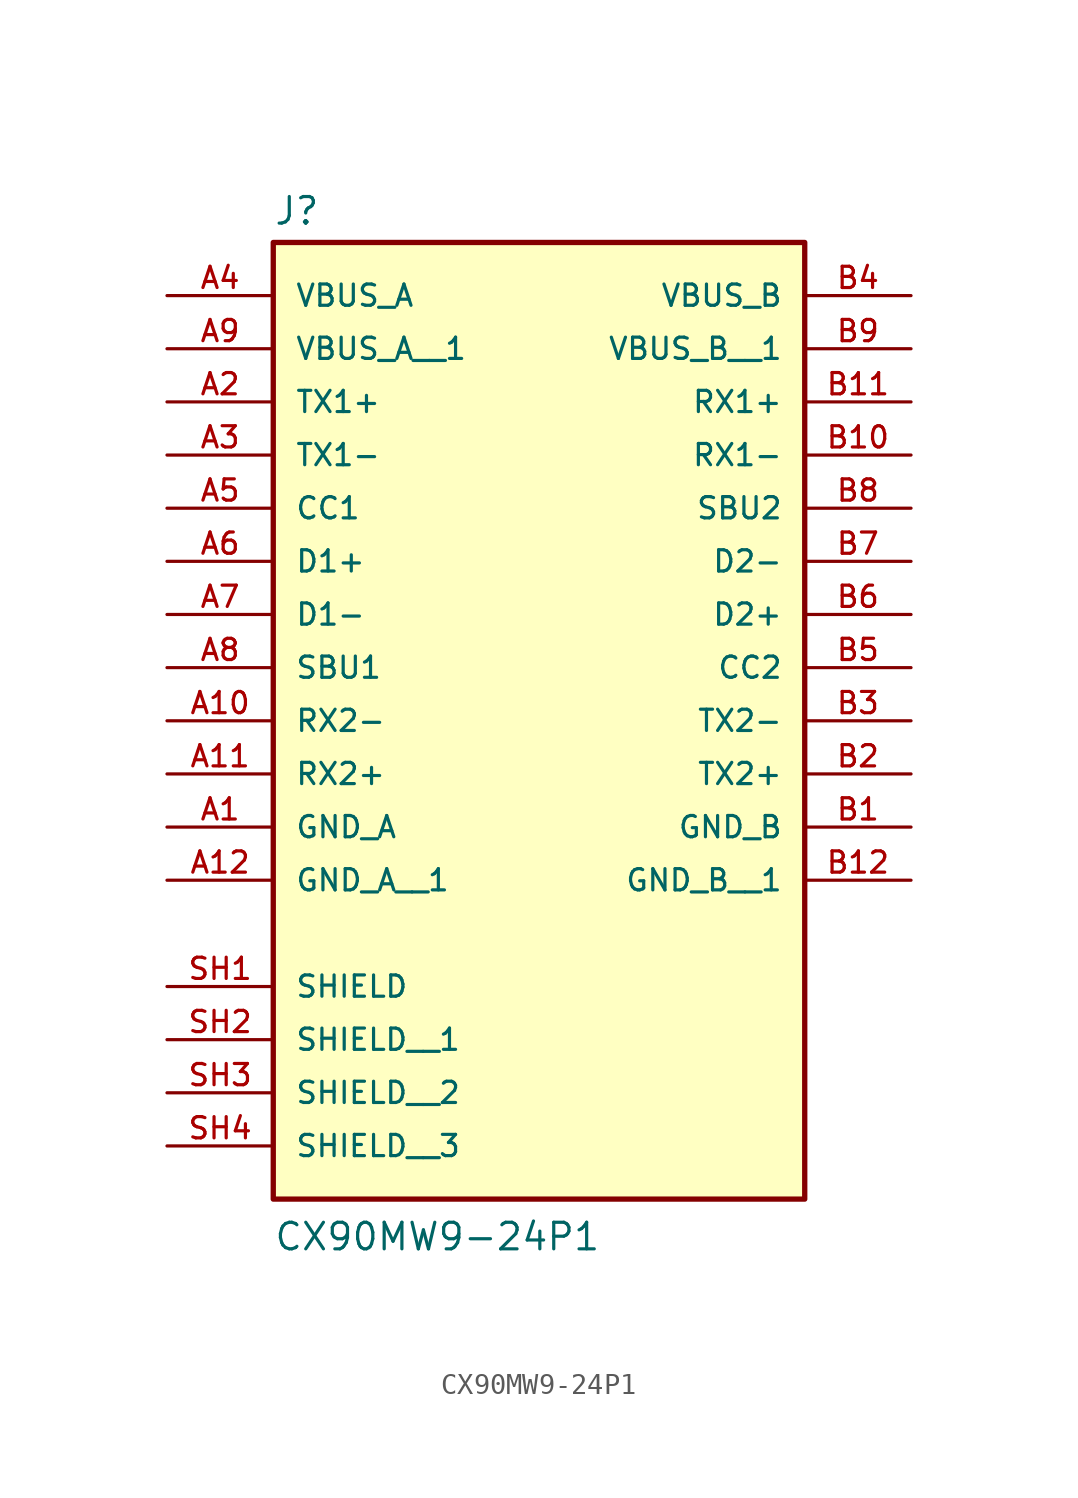
<source format=kicad_sym>
(kicad_symbol_lib
  (version 20211014)
  (generator kicad_symbol_editor)
  (symbol "CX90MW9-24P1"
    (pin_names
      (offset 1.016))
    (property "Reference" "J"
      (at -12.7 16.002 0)
      (effects (font (size 1.27 1.27)) (justify bottom left)))
    (property "Value" "CX90MW9-24P1"
      (at -12.7 -33.02 0)
      (effects (font (size 1.27 1.27)) (justify bottom left)))
    (symbol "CX90MW9-24P1_0_0"
      (rectangle (start -12.7 -30.48) (end 12.7 15.24) (stroke (width 0.254)) (fill (type background)))
      (pin power_in line (at -17.78 -12.7 0) (length 5.08) (name "GND_A" (effects (font (size 1.016 1.016)))) (number "A1" (effects (font (size 1.016 1.016)))))
      (pin bidirectional line (at -17.78 5.08 0) (length 5.08) (name "TX1-" (effects (font (size 1.016 1.016)))) (number "A3" (effects (font (size 1.016 1.016)))))
      (pin bidirectional line (at -17.78 7.62 0) (length 5.08) (name "TX1+" (effects (font (size 1.016 1.016)))) (number "A2" (effects (font (size 1.016 1.016)))))
      (pin power_in line (at -17.78 12.7 0) (length 5.08) (name "VBUS_A" (effects (font (size 1.016 1.016)))) (number "A4" (effects (font (size 1.016 1.016)))))
      (pin bidirectional line (at -17.78 0.0 0) (length 5.08) (name "D1+" (effects (font (size 1.016 1.016)))) (number "A6" (effects (font (size 1.016 1.016)))))
      (pin bidirectional line (at -17.78 2.54 0) (length 5.08) (name "CC1" (effects (font (size 1.016 1.016)))) (number "A5" (effects (font (size 1.016 1.016)))))
      (pin bidirectional line (at -17.78 -5.08 0) (length 5.08) (name "SBU1" (effects (font (size 1.016 1.016)))) (number "A8" (effects (font (size 1.016 1.016)))))
      (pin bidirectional line (at -17.78 -2.54 0) (length 5.08) (name "D1-" (effects (font (size 1.016 1.016)))) (number "A7" (effects (font (size 1.016 1.016)))))
      (pin bidirectional line (at -17.78 -7.62 0) (length 5.08) (name "RX2-" (effects (font (size 1.016 1.016)))) (number "A10" (effects (font (size 1.016 1.016)))))
      (pin bidirectional line (at -17.78 -10.16 0) (length 5.08) (name "RX2+" (effects (font (size 1.016 1.016)))) (number "A11" (effects (font (size 1.016 1.016)))))
      (pin passive line (at -17.78 -20.32 0) (length 5.08) (name "SHIELD" (effects (font (size 1.016 1.016)))) (number "SH1" (effects (font (size 1.016 1.016)))))
      (pin power_in line (at 17.78 -12.7 180.0) (length 5.08) (name "GND_B" (effects (font (size 1.016 1.016)))) (number "B1" (effects (font (size 1.016 1.016)))))
      (pin bidirectional line (at 17.78 -7.62 180.0) (length 5.08) (name "TX2-" (effects (font (size 1.016 1.016)))) (number "B3" (effects (font (size 1.016 1.016)))))
      (pin bidirectional line (at 17.78 -10.16 180.0) (length 5.08) (name "TX2+" (effects (font (size 1.016 1.016)))) (number "B2" (effects (font (size 1.016 1.016)))))
      (pin power_in line (at 17.78 12.7 180.0) (length 5.08) (name "VBUS_B" (effects (font (size 1.016 1.016)))) (number "B4" (effects (font (size 1.016 1.016)))))
      (pin bidirectional line (at 17.78 -2.54 180.0) (length 5.08) (name "D2+" (effects (font (size 1.016 1.016)))) (number "B6" (effects (font (size 1.016 1.016)))))
      (pin bidirectional line (at 17.78 -5.08 180.0) (length 5.08) (name "CC2" (effects (font (size 1.016 1.016)))) (number "B5" (effects (font (size 1.016 1.016)))))
      (pin bidirectional line (at 17.78 2.54 180.0) (length 5.08) (name "SBU2" (effects (font (size 1.016 1.016)))) (number "B8" (effects (font (size 1.016 1.016)))))
      (pin bidirectional line (at 17.78 0.0 180.0) (length 5.08) (name "D2-" (effects (font (size 1.016 1.016)))) (number "B7" (effects (font (size 1.016 1.016)))))
      (pin bidirectional line (at 17.78 5.08 180.0) (length 5.08) (name "RX1-" (effects (font (size 1.016 1.016)))) (number "B10" (effects (font (size 1.016 1.016)))))
      (pin bidirectional line (at 17.78 7.62 180.0) (length 5.08) (name "RX1+" (effects (font (size 1.016 1.016)))) (number "B11" (effects (font (size 1.016 1.016)))))
      (pin power_in line (at -17.78 10.16 0) (length 5.08) (name "VBUS_A__1" (effects (font (size 1.016 1.016)))) (number "A9" (effects (font (size 1.016 1.016)))))
      (pin power_in line (at -17.78 -15.24 0) (length 5.08) (name "GND_A__1" (effects (font (size 1.016 1.016)))) (number "A12" (effects (font (size 1.016 1.016)))))
      (pin passive line (at -17.78 -22.86 0) (length 5.08) (name "SHIELD__1" (effects (font (size 1.016 1.016)))) (number "SH2" (effects (font (size 1.016 1.016)))))
      (pin passive line (at -17.78 -25.4 0) (length 5.08) (name "SHIELD__2" (effects (font (size 1.016 1.016)))) (number "SH3" (effects (font (size 1.016 1.016)))))
      (pin passive line (at -17.78 -27.94 0) (length 5.08) (name "SHIELD__3" (effects (font (size 1.016 1.016)))) (number "SH4" (effects (font (size 1.016 1.016)))))
      (pin power_in line (at 17.78 10.16 180.0) (length 5.08) (name "VBUS_B__1" (effects (font (size 1.016 1.016)))) (number "B9" (effects (font (size 1.016 1.016)))))
      (pin power_in line (at 17.78 -15.24 180.0) (length 5.08) (name "GND_B__1" (effects (font (size 1.016 1.016)))) (number "B12" (effects (font (size 1.016 1.016))))))))
</source>
